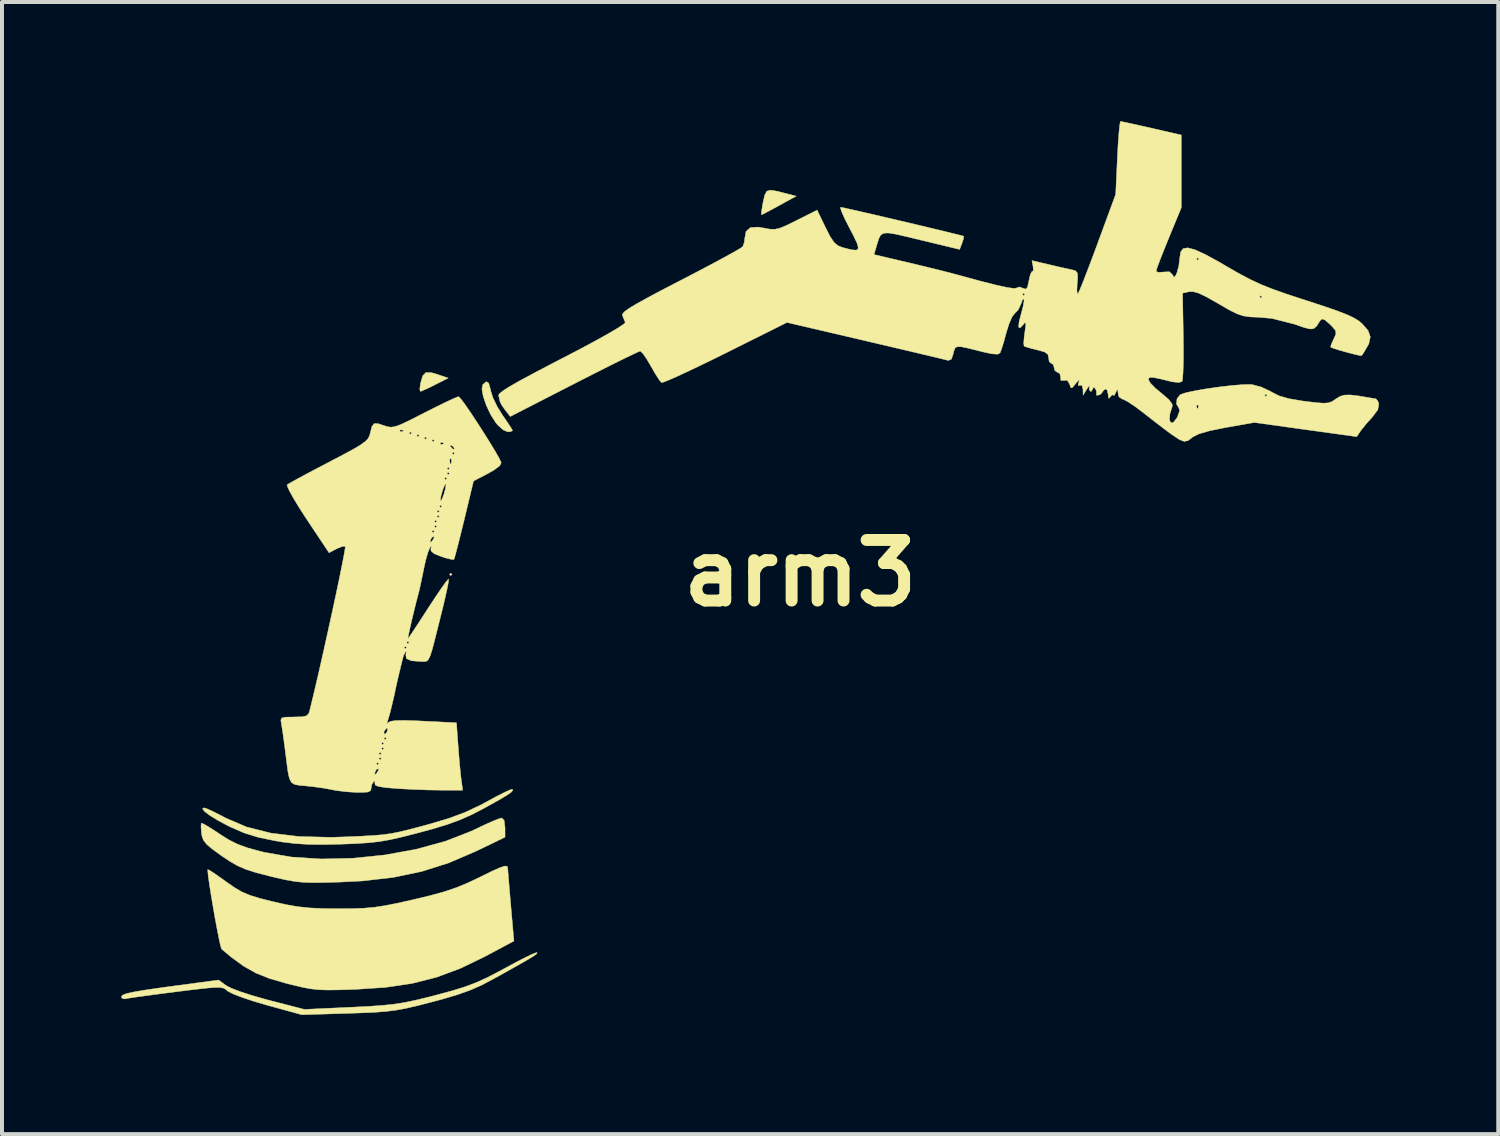
<source format=kicad_pcb>
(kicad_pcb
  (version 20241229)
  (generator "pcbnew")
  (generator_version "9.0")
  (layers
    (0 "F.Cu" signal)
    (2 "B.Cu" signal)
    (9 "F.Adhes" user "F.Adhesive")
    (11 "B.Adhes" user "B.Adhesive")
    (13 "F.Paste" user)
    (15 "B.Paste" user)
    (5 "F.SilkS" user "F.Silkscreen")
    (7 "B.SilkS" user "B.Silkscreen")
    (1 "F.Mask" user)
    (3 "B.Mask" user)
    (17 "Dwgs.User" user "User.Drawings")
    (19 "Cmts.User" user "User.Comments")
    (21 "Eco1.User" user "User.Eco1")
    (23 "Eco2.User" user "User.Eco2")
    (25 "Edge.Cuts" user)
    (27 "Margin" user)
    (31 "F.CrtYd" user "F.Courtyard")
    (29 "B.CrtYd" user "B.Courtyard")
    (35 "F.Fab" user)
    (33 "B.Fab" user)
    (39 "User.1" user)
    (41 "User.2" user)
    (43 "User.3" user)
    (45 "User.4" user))
  (footprint "arm3"
    (layer "F.Cu")
    (at 17.087 11.372)
    (property "Reference" "arm3" (at 0 0 0) (layer "F.SilkS") (effects (font (size 1.524 1.524) (thickness 0.3))))
    (attr through_hole)
    (fp_poly (pts (xy -8.763 0.032) (xy -8.795 0.064) (xy -8.826 0.032) (xy -8.795 0) (xy -8.763 0.032)) (stroke (width 0.01) (type solid)) (fill yes) (layer "F.SilkS"))
    (fp_poly (pts (xy -9.28 -5.045) (xy -9.134 -5.002) (xy -8.858 -4.909) (xy -9.19 -4.741) (xy -9.374 -4.65) (xy -9.51 -4.589) (xy -9.56 -4.572) (xy -9.574 -4.626) (xy -9.559 -4.758) (xy -9.555 -4.778) (xy -9.501 -4.965) (xy -9.42 -5.048) (xy -9.28 -5.045)) (stroke (width 0.01) (type solid)) (fill yes) (layer "F.SilkS"))
    (fp_poly (pts (xy -0.584 -9.611) (xy -0.416 -9.568) (xy -0.102 -9.487) (xy -0.53 -9.252) (xy -0.735 -9.14) (xy -0.892 -9.058) (xy -0.973 -9.018) (xy -0.977 -9.017) (xy -0.978 -9.073) (xy -0.957 -9.216) (xy -0.935 -9.335) (xy -0.895 -9.513) (xy -0.843 -9.61) (xy -0.75 -9.638) (xy -0.584 -9.611)) (stroke (width 0.01) (type solid)) (fill yes) (layer "F.SilkS"))
    (fp_poly (pts (xy -7.84 -4.781) (xy -7.795 -4.626) (xy -7.788 -4.584) (xy -7.731 -4.406) (xy -7.62 -4.18) (xy -7.494 -3.978) (xy -7.368 -3.794) (xy -7.276 -3.654) (xy -7.239 -3.586) (xy -7.239 -3.585) (xy -7.292 -3.561) (xy -7.363 -3.556) (xy -7.475 -3.604) (xy -7.61 -3.724) (xy -7.66 -3.783) (xy -7.791 -3.99) (xy -7.901 -4.223) (xy -7.978 -4.449) (xy -8.011 -4.635) (xy -7.989 -4.746) (xy -7.901 -4.818) (xy -7.84 -4.781)) (stroke (width 0.01) (type solid)) (fill yes) (layer "F.SilkS"))
    (fp_poly (pts (xy -7.452 6.219) (xy -7.43 6.394) (xy -7.429 6.402) (xy -7.429 6.644) (xy -8.177 7.005) (xy -8.85 7.293) (xy -9.53 7.508) (xy -10.245 7.657) (xy -11.028 7.746) (xy -11.585 7.774) (xy -11.979 7.785) (xy -12.279 7.788) (xy -12.519 7.779) (xy -12.734 7.756) (xy -12.956 7.716) (xy -13.218 7.657) (xy -13.344 7.626) (xy -13.686 7.538) (xy -13.942 7.457) (xy -14.152 7.367) (xy -14.355 7.251) (xy -14.561 7.113) (xy -14.791 6.946) (xy -14.937 6.823) (xy -15.018 6.72) (xy -15.056 6.611) (xy -15.066 6.549) (xy -15.079 6.391) (xy -15.075 6.298) (xy -15.072 6.291) (xy -15.013 6.312) (xy -14.876 6.391) (xy -14.687 6.512) (xy -14.617 6.56) (xy -14.383 6.708) (xy -14.16 6.82) (xy -13.904 6.913) (xy -13.575 7.003) (xy -13.49 7.024) (xy -12.806 7.143) (xy -12.05 7.192) (xy -11.253 7.173) (xy -10.446 7.09) (xy -9.659 6.946) (xy -8.924 6.744) (xy -8.271 6.489) (xy -8.196 6.453) (xy -7.94 6.331) (xy -7.721 6.234) (xy -7.568 6.174) (xy -7.513 6.16) (xy -7.452 6.219)) (stroke (width 0.01) (type solid)) (fill yes) (layer "F.SilkS"))
    (fp_poly (pts (xy -7.237 5.469) (xy -7.282 5.519) (xy -7.393 5.595) (xy -7.585 5.709) (xy -7.87 5.868) (xy -7.969 5.922) (xy -8.274 6.08) (xy -8.566 6.209) (xy -8.882 6.324) (xy -9.26 6.439) (xy -9.588 6.528) (xy -9.988 6.631) (xy -10.307 6.704) (xy -10.586 6.754) (xy -10.868 6.785) (xy -11.193 6.806) (xy -11.557 6.82) (xy -12.017 6.83) (xy -12.39 6.825) (xy -12.716 6.804) (xy -13.035 6.765) (xy -13.209 6.736) (xy -13.637 6.648) (xy -13.997 6.536) (xy -14.346 6.384) (xy -14.387 6.364) (xy -14.655 6.221) (xy -14.863 6.093) (xy -14.996 5.991) (xy -15.041 5.925) (xy -14.999 5.905) (xy -14.916 5.934) (xy -14.752 6.01) (xy -14.537 6.119) (xy -14.453 6.164) (xy -13.932 6.387) (xy -13.321 6.541) (xy -12.613 6.627) (xy -11.803 6.647) (xy -11.462 6.636) (xy -11.061 6.619) (xy -10.755 6.602) (xy -10.511 6.582) (xy -10.298 6.553) (xy -10.082 6.51) (xy -9.831 6.449) (xy -9.514 6.365) (xy -9.324 6.313) (xy -8.839 6.169) (xy -8.43 6.017) (xy -8.048 5.837) (xy -7.884 5.749) (xy -7.635 5.614) (xy -7.43 5.51) (xy -7.291 5.448) (xy -7.243 5.436) (xy -7.237 5.469)) (stroke (width 0.01) (type solid)) (fill yes) (layer "F.SilkS"))
    (fp_poly (pts (xy -7.378 7.375) (xy -7.361 7.413) (xy -7.354 7.515) (xy -7.338 7.717) (xy -7.315 7.991) (xy -7.288 8.311) (xy -7.281 8.391) (xy -7.205 9.257) (xy -7.936 9.647) (xy -8.551 9.945) (xy -9.151 10.168) (xy -9.77 10.325) (xy -10.441 10.424) (xy -11.2 10.474) (xy -11.586 10.486) (xy -11.879 10.49) (xy -12.112 10.483) (xy -12.317 10.46) (xy -12.529 10.421) (xy -12.779 10.361) (xy -12.946 10.319) (xy -13.358 10.199) (xy -13.698 10.063) (xy -14.007 9.889) (xy -14.329 9.653) (xy -14.56 9.461) (xy -14.584 9.39) (xy -14.622 9.221) (xy -14.67 8.98) (xy -14.724 8.693) (xy -14.777 8.386) (xy -14.828 8.086) (xy -14.87 7.817) (xy -14.899 7.607) (xy -14.91 7.481) (xy -14.908 7.457) (xy -14.853 7.484) (xy -14.72 7.571) (xy -14.534 7.702) (xy -14.447 7.765) (xy -14.235 7.913) (xy -14.049 8.021) (xy -13.85 8.105) (xy -13.602 8.182) (xy -13.272 8.265) (xy -12.931 8.342) (xy -12.637 8.393) (xy -12.345 8.424) (xy -12.009 8.439) (xy -11.642 8.443) (xy -11.278 8.441) (xy -10.983 8.431) (xy -10.718 8.407) (xy -10.443 8.365) (xy -10.12 8.301) (xy -9.737 8.215) (xy -9.296 8.109) (xy -8.943 8.011) (xy -8.641 7.908) (xy -8.351 7.787) (xy -8.049 7.643) (xy -7.756 7.499) (xy -7.559 7.411) (xy -7.438 7.371) (xy -7.378 7.375)) (stroke (width 0.01) (type solid)) (fill yes) (layer "F.SilkS"))
    (fp_poly (pts (xy -6.625 9.546) (xy -6.623 9.564) (xy -6.652 9.594) (xy -6.726 9.645) (xy -6.858 9.725) (xy -7.062 9.842) (xy -7.35 10.004) (xy -7.731 10.216) (xy -8.022 10.368) (xy -8.308 10.494) (xy -8.625 10.607) (xy -9.01 10.721) (xy -9.277 10.792) (xy -9.634 10.884) (xy -9.923 10.951) (xy -10.179 10.998) (xy -10.435 11.03) (xy -10.727 11.052) (xy -11.087 11.067) (xy -11.388 11.077) (xy -12.541 11.112) (xy -13.408 10.874) (xy -13.742 10.776) (xy -14.035 10.679) (xy -14.262 10.592) (xy -14.397 10.524) (xy -14.411 10.513) (xy -14.462 10.47) (xy -14.518 10.441) (xy -14.598 10.426) (xy -14.721 10.425) (xy -14.906 10.439) (xy -15.17 10.468) (xy -15.533 10.512) (xy -15.735 10.537) (xy -16.113 10.586) (xy -16.45 10.631) (xy -16.725 10.669) (xy -16.916 10.698) (xy -17.002 10.715) (xy -17.002 10.715) (xy -17.072 10.694) (xy -17.081 10.655) (xy -17.052 10.618) (xy -16.956 10.58) (xy -16.779 10.54) (xy -16.51 10.494) (xy -16.135 10.439) (xy -15.859 10.401) (xy -14.637 10.238) (xy -14.446 10.377) (xy -14.312 10.446) (xy -14.081 10.534) (xy -13.78 10.631) (xy -13.436 10.729) (xy -13.367 10.747) (xy -12.478 10.977) (xy -11.303 10.923) (xy -10.861 10.901) (xy -10.511 10.876) (xy -10.217 10.845) (xy -9.944 10.802) (xy -9.657 10.741) (xy -9.321 10.659) (xy -9.169 10.619) (xy -8.757 10.508) (xy -8.429 10.406) (xy -8.144 10.298) (xy -7.862 10.169) (xy -7.541 10.001) (xy -7.433 9.942) (xy -7.151 9.79) (xy -6.91 9.667) (xy -6.731 9.582) (xy -6.635 9.546) (xy -6.625 9.546)) (stroke (width 0.01) (type solid)) (fill yes) (layer "F.SilkS"))
    (fp_poly (pts (xy -8.547 -4.393) (xy -8.445 -4.257) (xy -8.306 -4.057) (xy -8.146 -3.815) (xy -7.978 -3.555) (xy -7.817 -3.298) (xy -7.677 -3.068) (xy -7.574 -2.886) (xy -7.524 -2.783) (xy -7.56 -2.704) (xy -7.706 -2.594) (xy -7.857 -2.508) (xy -8.222 -2.318) (xy -8.456 -1.343) (xy -8.538 -1.01) (xy -8.61 -0.722) (xy -8.668 -0.502) (xy -8.705 -0.37) (xy -8.716 -0.343) (xy -8.785 -0.347) (xy -8.934 -0.385) (xy -9.034 -0.418) (xy -9.216 -0.492) (xy -9.293 -0.562) (xy -9.294 -0.624) (xy -9.278 -0.692) (xy -9.315 -0.647) (xy -9.323 -0.635) (xy -9.369 -0.522) (xy -9.423 -0.333) (xy -9.456 -0.191) (xy -9.517 0.107) (xy -9.56 0.309) (xy -9.591 0.447) (xy -9.618 0.551) (xy -9.619 0.556) (xy -9.668 0.742) (xy -9.724 0.969) (xy -9.781 1.206) (xy -9.829 1.419) (xy -9.863 1.578) (xy -9.875 1.65) (xy -9.874 1.651) (xy -9.836 1.601) (xy -9.743 1.462) (xy -9.606 1.255) (xy -9.438 0.997) (xy -9.367 0.886) (xy -9.19 0.616) (xy -9.038 0.391) (xy -8.923 0.231) (xy -8.857 0.152) (xy -8.848 0.148) (xy -8.852 0.216) (xy -8.884 0.383) (xy -8.937 0.625) (xy -9.007 0.918) (xy -9.018 0.961) (xy -9.124 1.386) (xy -9.204 1.704) (xy -9.264 1.93) (xy -9.312 2.08) (xy -9.354 2.168) (xy -9.396 2.212) (xy -9.445 2.225) (xy -9.507 2.224) (xy -9.554 2.223) (xy -9.791 2.204) (xy -9.912 2.148) (xy -9.926 2.05) (xy -9.924 2.043) (xy -9.911 1.973) (xy -9.93 1.976) (xy -9.98 2.065) (xy -10.001 2.135) (xy -10.034 2.273) (xy -10.08 2.464) (xy -10.091 2.508) (xy -10.14 2.715) (xy -10.18 2.896) (xy -10.185 2.921) (xy -10.225 3.109) (xy -10.252 3.223) (xy -10.292 3.389) (xy -10.313 3.477) (xy -10.357 3.633) (xy -10.383 3.715) (xy -10.4 3.791) (xy -10.368 3.762) (xy -10.311 3.728) (xy -10.189 3.71) (xy -9.983 3.705) (xy -9.676 3.714) (xy -9.481 3.723) (xy -8.651 3.765) (xy -8.609 4.343) (xy -8.586 4.64) (xy -8.561 4.922) (xy -8.538 5.142) (xy -8.531 5.191) (xy -8.495 5.461) (xy -9.032 5.461) (xy -9.364 5.456) (xy -9.747 5.442) (xy -10.106 5.423) (xy -10.153 5.42) (xy -10.435 5.396) (xy -10.608 5.369) (xy -10.692 5.336) (xy -10.705 5.292) (xy -10.704 5.289) (xy -10.705 5.232) (xy -10.732 5.239) (xy -10.785 5.328) (xy -10.795 5.401) (xy -10.81 5.471) (xy -10.874 5.507) (xy -11.017 5.518) (xy -11.16 5.517) (xy -11.418 5.502) (xy -11.67 5.471) (xy -11.779 5.45) (xy -11.986 5.411) (xy -12.251 5.374) (xy -12.431 5.355) (xy -12.604 5.34) (xy -12.724 5.317) (xy -12.804 5.266) (xy -12.855 5.166) (xy -12.876 5.072) (xy -10.715 5.072) (xy -10.668 5.042) (xy -10.66 5.033) (xy -10.61 4.95) (xy -10.617 4.92) (xy -10.664 4.939) (xy -10.696 4.998) (xy -10.715 5.072) (xy -12.876 5.072) (xy -12.892 4.995) (xy -12.919 4.794) (xy -10.668 4.794) (xy -10.636 4.826) (xy -10.604 4.794) (xy -10.636 4.763) (xy -10.668 4.794) (xy -12.919 4.794) (xy -12.927 4.733) (xy -12.935 4.667) (xy -10.604 4.667) (xy -10.573 4.699) (xy -10.541 4.667) (xy -10.573 4.636) (xy -10.604 4.667) (xy -12.935 4.667) (xy -12.951 4.54) (xy -10.604 4.54) (xy -10.573 4.572) (xy -10.541 4.54) (xy -10.573 4.508) (xy -10.604 4.54) (xy -12.951 4.54) (xy -12.955 4.508) (xy -12.967 4.413) (xy -10.541 4.413) (xy -10.509 4.445) (xy -10.477 4.413) (xy -10.509 4.381) (xy -10.541 4.413) (xy -12.967 4.413) (xy -12.983 4.286) (xy -10.541 4.286) (xy -10.509 4.318) (xy -10.477 4.286) (xy -10.509 4.255) (xy -10.541 4.286) (xy -12.983 4.286) (xy -12.99 4.237) (xy -13.001 4.159) (xy -10.477 4.159) (xy -10.446 4.191) (xy -10.414 4.159) (xy -10.446 4.128) (xy -10.477 4.159) (xy -13.001 4.159) (xy -13.022 4.004) (xy -10.477 4.004) (xy -10.457 4.062) (xy -10.41 4.012) (xy -10.39 3.965) (xy -10.385 3.9) (xy -10.415 3.906) (xy -10.475 3.987) (xy -10.477 4.004) (xy -13.022 4.004) (xy -13.024 3.994) (xy -13.051 3.823) (xy -13.056 3.794) (xy -13.071 3.695) (xy -13.044 3.643) (xy -12.948 3.623) (xy -12.755 3.62) (xy -12.738 3.619) (xy -12.533 3.614) (xy -12.421 3.588) (xy -12.367 3.53) (xy -12.348 3.471) (xy -12.269 3.148) (xy -12.178 2.766) (xy -12.08 2.339) (xy -11.978 1.886) (xy -11.975 1.873) (xy -9.97 1.873) (xy -9.938 1.905) (xy -9.906 1.873) (xy -9.938 1.841) (xy -9.97 1.873) (xy -11.975 1.873) (xy -11.947 1.746) (xy -9.906 1.746) (xy -9.874 1.778) (xy -9.842 1.746) (xy -9.874 1.714) (xy -9.906 1.746) (xy -11.947 1.746) (xy -11.876 1.424) (xy -11.776 0.968) (xy -11.683 0.536) (xy -11.601 0.145) (xy -11.533 -0.188) (xy -11.483 -0.448) (xy -11.454 -0.616) (xy -11.449 -0.676) (xy -11.521 -0.672) (xy -11.654 -0.619) (xy -11.67 -0.611) (xy -11.858 -0.513) (xy -12.029 -0.77) (xy -9.318 -0.77) (xy -9.271 -0.8) (xy -9.263 -0.809) (xy -9.213 -0.892) (xy -9.22 -0.922) (xy -9.267 -0.903) (xy -9.299 -0.844) (xy -9.318 -0.77) (xy -12.029 -0.77) (xy -12.214 -1.048) (xy -9.271 -1.048) (xy -9.239 -1.016) (xy -9.207 -1.048) (xy -9.239 -1.079) (xy -9.271 -1.048) (xy -12.214 -1.048) (xy -12.299 -1.175) (xy -9.207 -1.175) (xy -9.176 -1.143) (xy -9.144 -1.175) (xy -9.176 -1.206) (xy -9.207 -1.175) (xy -12.299 -1.175) (xy -12.383 -1.302) (xy -9.207 -1.302) (xy -9.176 -1.27) (xy -9.144 -1.302) (xy -9.176 -1.333) (xy -9.207 -1.302) (xy -12.383 -1.302) (xy -12.411 -1.344) (xy -12.467 -1.429) (xy -9.144 -1.429) (xy -9.112 -1.397) (xy -9.081 -1.429) (xy -9.112 -1.46) (xy -9.144 -1.429) (xy -12.467 -1.429) (xy -12.549 -1.556) (xy -9.144 -1.556) (xy -9.112 -1.524) (xy -9.081 -1.556) (xy -9.112 -1.587) (xy -9.144 -1.556) (xy -12.549 -1.556) (xy -12.597 -1.63) (xy -12.629 -1.683) (xy -9.081 -1.683) (xy -9.049 -1.651) (xy -9.017 -1.683) (xy -9.049 -1.714) (xy -9.081 -1.683) (xy -12.629 -1.683) (xy -12.716 -1.825) (xy -9.057 -1.825) (xy -9.034 -1.829) (xy -9.026 -1.841) (xy -8.972 -1.972) (xy -8.929 -2.127) (xy -8.913 -2.239) (xy -8.936 -2.235) (xy -8.944 -2.223) (xy -8.998 -2.092) (xy -9.041 -1.937) (xy -9.057 -1.825) (xy -12.716 -1.825) (xy -12.749 -1.88) (xy -12.857 -2.074) (xy -12.91 -2.195) (xy -12.912 -2.224) (xy -12.84 -2.268) (xy -12.676 -2.36) (xy -12.637 -2.381) (xy -8.954 -2.381) (xy -8.922 -2.349) (xy -8.89 -2.381) (xy -8.922 -2.413) (xy -8.954 -2.381) (xy -12.637 -2.381) (xy -12.436 -2.489) (xy -12.401 -2.508) (xy -8.89 -2.508) (xy -8.858 -2.477) (xy -8.826 -2.508) (xy -8.858 -2.54) (xy -8.89 -2.508) (xy -12.401 -2.508) (xy -12.161 -2.635) (xy -8.89 -2.635) (xy -8.858 -2.603) (xy -8.826 -2.635) (xy -8.858 -2.667) (xy -8.89 -2.635) (xy -12.161 -2.635) (xy -12.142 -2.645) (xy -11.863 -2.791) (xy -11.787 -2.831) (xy -8.821 -2.831) (xy -8.81 -2.749) (xy -8.788 -2.748) (xy -8.773 -2.833) (xy -8.783 -2.869) (xy -8.811 -2.893) (xy -8.821 -2.831) (xy -11.787 -2.831) (xy -11.503 -2.98) (xy -11.436 -3.016) (xy -8.763 -3.016) (xy -8.731 -2.985) (xy -8.7 -3.016) (xy -8.731 -3.048) (xy -8.763 -3.016) (xy -11.436 -3.016) (xy -11.24 -3.123) (xy -11.076 -3.22) (xy -8.816 -3.22) (xy -8.801 -3.185) (xy -8.737 -3.117) (xy -8.7 -3.131) (xy -8.7 -3.14) (xy -8.745 -3.193) (xy -8.773 -3.213) (xy -8.816 -3.22) (xy -11.076 -3.22) (xy -11.058 -3.231) (xy -10.99 -3.281) (xy -9.059 -3.281) (xy -9.051 -3.243) (xy -9.017 -3.239) (xy -8.965 -3.262) (xy -8.975 -3.281) (xy -9.05 -3.288) (xy -9.059 -3.281) (xy -10.99 -3.281) (xy -10.941 -3.316) (xy -10.925 -3.334) (xy -9.271 -3.334) (xy -9.239 -3.302) (xy -9.207 -3.334) (xy -9.239 -3.365) (xy -9.271 -3.334) (xy -10.925 -3.334) (xy -10.873 -3.389) (xy -10.869 -3.397) (xy -9.461 -3.397) (xy -9.43 -3.365) (xy -9.398 -3.397) (xy -9.43 -3.429) (xy -9.461 -3.397) (xy -10.869 -3.397) (xy -10.837 -3.461) (xy -9.652 -3.461) (xy -9.62 -3.429) (xy -9.588 -3.461) (xy -9.62 -3.493) (xy -9.652 -3.461) (xy -10.837 -3.461) (xy -10.837 -3.462) (xy -10.824 -3.512) (xy -10.82 -3.524) (xy -9.842 -3.524) (xy -9.811 -3.493) (xy -9.779 -3.524) (xy -9.811 -3.556) (xy -9.842 -3.524) (xy -10.82 -3.524) (xy -10.802 -3.598) (xy -10.075 -3.598) (xy -10.067 -3.561) (xy -10.033 -3.556) (xy -9.981 -3.579) (xy -9.991 -3.598) (xy -10.066 -3.606) (xy -10.075 -3.598) (xy -10.802 -3.598) (xy -10.779 -3.69) (xy -10.721 -3.765) (xy -10.614 -3.76) (xy -10.485 -3.717) (xy -10.385 -3.685) (xy -10.296 -3.673) (xy -10.195 -3.688) (xy -10.058 -3.738) (xy -9.864 -3.828) (xy -9.588 -3.968) (xy -9.455 -4.036) (xy -9.164 -4.183) (xy -8.912 -4.306) (xy -8.72 -4.395) (xy -8.611 -4.44) (xy -8.598 -4.443) (xy -8.547 -4.393)) (stroke (width 0.01) (type solid)) (fill yes) (layer "F.SilkS"))
    (fp_poly (pts (xy 8.132 -11.353) (xy 8.303 -11.317) (xy 8.547 -11.263) (xy 8.839 -11.197) (xy 8.842 -11.196) (xy 9.588 -11.025) (xy 9.588 -9.196) (xy 9.271 -8.427) (xy 9.153 -8.136) (xy 9.054 -7.886) (xy 8.985 -7.701) (xy 8.954 -7.605) (xy 8.954 -7.599) (xy 9.007 -7.569) (xy 9.136 -7.577) (xy 9.138 -7.578) (xy 9.288 -7.584) (xy 9.363 -7.516) (xy 9.367 -7.506) (xy 9.405 -7.445) (xy 9.447 -7.489) (xy 9.477 -7.556) (xy 9.526 -7.734) (xy 9.546 -7.906) (xy 9.97 -7.906) (xy 10.001 -7.874) (xy 10.033 -7.906) (xy 10.001 -7.938) (xy 9.97 -7.906) (xy 9.546 -7.906) (xy 9.55 -7.938) (xy 9.572 -8.083) (xy 9.635 -8.167) (xy 9.751 -8.186) (xy 9.93 -8.139) (xy 10.185 -8.023) (xy 10.526 -7.837) (xy 10.723 -7.722) (xy 11.036 -7.542) (xy 11.311 -7.396) (xy 11.578 -7.271) (xy 11.869 -7.154) (xy 12.214 -7.031) (xy 12.645 -6.889) (xy 12.733 -6.861) (xy 13.169 -6.719) (xy 13.501 -6.604) (xy 13.747 -6.509) (xy 13.924 -6.427) (xy 14.052 -6.349) (xy 14.141 -6.274) (xy 14.289 -6.103) (xy 14.344 -5.945) (xy 14.306 -5.769) (xy 14.176 -5.545) (xy 14.125 -5.473) (xy 14.064 -5.48) (xy 13.921 -5.513) (xy 13.738 -5.561) (xy 13.554 -5.613) (xy 13.41 -5.659) (xy 13.346 -5.685) (xy 13.358 -5.747) (xy 13.414 -5.874) (xy 13.423 -5.891) (xy 13.478 -6.015) (xy 13.47 -6.103) (xy 13.386 -6.204) (xy 13.328 -6.262) (xy 13.201 -6.372) (xy 13.127 -6.396) (xy 13.078 -6.35) (xy 12.999 -6.224) (xy 12.927 -6.156) (xy 12.832 -6.143) (xy 12.68 -6.18) (xy 12.442 -6.263) (xy 11.871 -6.409) (xy 11.525 -6.439) (xy 11.314 -6.448) (xy 11.147 -6.473) (xy 10.987 -6.527) (xy 10.797 -6.622) (xy 10.539 -6.771) (xy 10.517 -6.784) (xy 10.232 -6.946) (xy 10.218 -6.953) (xy 11.557 -6.953) (xy 11.589 -6.921) (xy 11.62 -6.953) (xy 11.589 -6.985) (xy 11.557 -6.953) (xy 10.218 -6.953) (xy 10.028 -7.044) (xy 9.883 -7.085) (xy 9.787 -7.082) (xy 9.62 -7.046) (xy 9.639 -5.958) (xy 9.642 -5.597) (xy 9.64 -5.281) (xy 9.631 -5.031) (xy 9.618 -4.869) (xy 9.605 -4.818) (xy 9.514 -4.797) (xy 9.359 -4.815) (xy 9.333 -4.821) (xy 9.065 -4.887) (xy 8.897 -4.922) (xy 8.806 -4.927) (xy 8.769 -4.904) (xy 8.763 -4.866) (xy 8.81 -4.783) (xy 8.934 -4.656) (xy 9.082 -4.533) (xy 9.274 -4.369) (xy 9.359 -4.251) (xy 9.359 -4.193) (xy 9.3 -4.002) (xy 9.291 -3.859) (xy 9.324 -3.783) (xy 9.39 -3.793) (xy 9.478 -3.908) (xy 9.49 -3.931) (xy 9.546 -4.084) (xy 9.525 -4.159) (xy 9.506 -4.191) (xy 9.97 -4.191) (xy 9.993 -4.139) (xy 10.012 -4.149) (xy 10.019 -4.224) (xy 10.012 -4.233) (xy 9.974 -4.225) (xy 9.97 -4.191) (xy 9.506 -4.191) (xy 9.465 -4.258) (xy 9.481 -4.39) (xy 9.551 -4.477) (xy 11.684 -4.477) (xy 11.716 -4.445) (xy 11.748 -4.477) (xy 11.716 -4.508) (xy 11.684 -4.477) (xy 9.551 -4.477) (xy 9.564 -4.493) (xy 9.573 -4.497) (xy 9.71 -4.542) (xy 9.941 -4.591) (xy 10.232 -4.641) (xy 10.549 -4.686) (xy 10.86 -4.722) (xy 11.13 -4.744) (xy 11.326 -4.748) (xy 11.37 -4.745) (xy 11.597 -4.684) (xy 11.825 -4.579) (xy 11.863 -4.556) (xy 12.046 -4.463) (xy 12.293 -4.391) (xy 12.631 -4.334) (xy 12.696 -4.325) (xy 12.978 -4.291) (xy 13.164 -4.277) (xy 13.288 -4.285) (xy 13.379 -4.317) (xy 13.469 -4.377) (xy 13.476 -4.382) (xy 13.58 -4.447) (xy 13.691 -4.481) (xy 13.839 -4.485) (xy 14.055 -4.459) (xy 14.319 -4.414) (xy 14.442 -4.393) (xy 14.486 -4.386) (xy 14.533 -4.329) (xy 14.559 -4.257) (xy 14.533 -4.111) (xy 14.392 -3.924) (xy 14.245 -3.761) (xy 14.123 -3.61) (xy 14.097 -3.575) (xy 14.002 -3.434) (xy 12.713 -3.612) (xy 11.425 -3.791) (xy 10.713 -3.665) (xy 10.314 -3.585) (xy 10.034 -3.505) (xy 9.877 -3.427) (xy 9.87 -3.421) (xy 9.761 -3.336) (xy 9.664 -3.314) (xy 9.543 -3.359) (xy 9.363 -3.478) (xy 9.328 -3.503) (xy 9.14 -3.643) (xy 8.901 -3.826) (xy 8.658 -4.016) (xy 8.624 -4.043) (xy 8.418 -4.198) (xy 8.241 -4.315) (xy 8.122 -4.377) (xy 8.1 -4.381) (xy 8.018 -4.436) (xy 7.997 -4.524) (xy 7.989 -4.623) (xy 7.964 -4.6) (xy 7.938 -4.54) (xy 7.894 -4.466) (xy 7.877 -4.477) (xy 7.847 -4.488) (xy 7.811 -4.445) (xy 7.764 -4.395) (xy 7.749 -4.458) (xy 7.748 -4.493) (xy 7.723 -4.604) (xy 7.684 -4.636) (xy 7.622 -4.592) (xy 7.62 -4.579) (xy 7.569 -4.51) (xy 7.521 -4.484) (xy 7.453 -4.475) (xy 7.454 -4.496) (xy 7.451 -4.586) (xy 7.426 -4.639) (xy 7.378 -4.689) (xy 7.367 -4.651) (xy 7.327 -4.578) (xy 7.304 -4.572) (xy 7.269 -4.621) (xy 7.277 -4.683) (xy 7.274 -4.716) (xy 7.223 -4.65) (xy 7.214 -4.636) (xy 7.117 -4.477) (xy 7.114 -4.623) (xy 7.089 -4.726) (xy 7.038 -4.724) (xy 6.991 -4.722) (xy 7.007 -4.8) (xy 7.021 -4.863) (xy 6.978 -4.827) (xy 6.932 -4.77) (xy 6.847 -4.669) (xy 6.808 -4.665) (xy 6.778 -4.754) (xy 6.778 -4.755) (xy 6.718 -4.853) (xy 6.637 -4.849) (xy 6.557 -4.846) (xy 6.552 -4.927) (xy 6.529 -5.028) (xy 6.477 -5.048) (xy 6.401 -5.102) (xy 6.391 -5.161) (xy 6.362 -5.254) (xy 6.322 -5.271) (xy 6.263 -5.324) (xy 6.25 -5.412) (xy 6.232 -5.504) (xy 6.151 -5.564) (xy 5.976 -5.614) (xy 5.958 -5.618) (xy 5.778 -5.663) (xy 5.657 -5.701) (xy 5.631 -5.715) (xy 5.623 -5.791) (xy 5.635 -5.949) (xy 5.65 -6.06) (xy 5.674 -6.238) (xy 5.671 -6.308) (xy 5.638 -6.288) (xy 5.612 -6.255) (xy 5.529 -6.168) (xy 5.494 -6.194) (xy 5.507 -6.328) (xy 5.561 -6.536) (xy 5.61 -6.726) (xy 5.632 -6.862) (xy 5.627 -6.904) (xy 5.59 -6.876) (xy 5.552 -6.769) (xy 5.483 -6.622) (xy 5.404 -6.544) (xy 5.332 -6.453) (xy 5.252 -6.269) (xy 5.184 -6.05) (xy 5.122 -5.822) (xy 5.065 -5.64) (xy 5.027 -5.541) (xy 5.026 -5.539) (xy 4.962 -5.509) (xy 4.818 -5.519) (xy 4.578 -5.571) (xy 4.506 -5.59) (xy 4.228 -5.66) (xy 4.049 -5.697) (xy 3.944 -5.697) (xy 3.89 -5.657) (xy 3.862 -5.575) (xy 3.85 -5.52) (xy 3.804 -5.384) (xy 3.728 -5.352) (xy 3.7 -5.358) (xy 3.612 -5.38) (xy 3.417 -5.428) (xy 3.129 -5.496) (xy 2.766 -5.582) (xy 2.342 -5.682) (xy 1.873 -5.792) (xy 1.626 -5.85) (xy -0.335 -6.308) (xy -1.885 -5.534) (xy -2.295 -5.332) (xy -2.668 -5.152) (xy -2.989 -5.001) (xy -3.243 -4.886) (xy -3.416 -4.815) (xy -3.492 -4.794) (xy -3.493 -4.794) (xy -3.55 -4.864) (xy -3.646 -5.014) (xy -3.758 -5.209) (xy -3.871 -5.399) (xy -3.967 -5.535) (xy -4.025 -5.588) (xy -4.026 -5.588) (xy -4.096 -5.56) (xy -4.263 -5.481) (xy -4.514 -5.359) (xy -4.833 -5.2) (xy -5.206 -5.012) (xy -5.617 -4.803) (xy -5.691 -4.765) (xy -7.297 -3.941) (xy -7.427 -4.107) (xy -7.516 -4.234) (xy -7.556 -4.318) (xy -7.557 -4.321) (xy -7.577 -4.42) (xy -7.593 -4.466) (xy -7.575 -4.51) (xy -7.492 -4.58) (xy -7.334 -4.683) (xy -7.093 -4.822) (xy -6.76 -5.002) (xy -6.327 -5.23) (xy -6.001 -5.399) (xy -5.543 -5.637) (xy -5.148 -5.849) (xy -4.826 -6.028) (xy -4.588 -6.169) (xy -4.444 -6.265) (xy -4.403 -6.309) (xy -4.453 -6.431) (xy -4.475 -6.486) (xy -4.469 -6.528) (xy -4.414 -6.587) (xy -4.3 -6.668) (xy -4.115 -6.779) (xy -3.85 -6.926) (xy -3.68 -7.017) (xy 5.588 -7.017) (xy 5.62 -6.985) (xy 5.652 -7.017) (xy 5.62 -7.048) (xy 5.588 -7.017) (xy -3.68 -7.017) (xy -3.493 -7.116) (xy -3.033 -7.355) (xy -3.005 -7.369) (xy -2.601 -7.579) (xy -2.235 -7.772) (xy -1.921 -7.941) (xy -1.674 -8.077) (xy -1.511 -8.172) (xy -1.446 -8.217) (xy -1.406 -8.335) (xy -1.398 -8.417) (xy -1.364 -8.6) (xy -1.257 -8.695) (xy -1.063 -8.708) (xy -0.921 -8.685) (xy -0.764 -8.656) (xy -0.637 -8.653) (xy -0.505 -8.684) (xy -0.331 -8.758) (xy -0.09 -8.877) (xy 0.424 -9.135) (xy 0.637 -8.695) (xy 0.756 -8.463) (xy 0.852 -8.321) (xy 0.949 -8.24) (xy 1.073 -8.192) (xy 1.076 -8.191) (xy 1.289 -8.137) (xy 1.416 -8.127) (xy 1.462 -8.175) (xy 1.432 -8.297) (xy 1.332 -8.507) (xy 1.247 -8.668) (xy 1.13 -8.897) (xy 1.048 -9.078) (xy 1.011 -9.187) (xy 1.015 -9.207) (xy 1.089 -9.194) (xy 1.264 -9.155) (xy 1.521 -9.097) (xy 1.839 -9.024) (xy 2.197 -8.94) (xy 2.574 -8.852) (xy 2.951 -8.763) (xy 3.308 -8.678) (xy 3.622 -8.602) (xy 3.875 -8.54) (xy 4.046 -8.497) (xy 4.113 -8.478) (xy 4.113 -8.478) (xy 4.107 -8.415) (xy 4.071 -8.304) (xy 4.01 -8.146) (xy 3.037 -8.38) (xy 2.665 -8.47) (xy 2.397 -8.531) (xy 2.214 -8.56) (xy 2.096 -8.553) (xy 2.023 -8.506) (xy 1.976 -8.417) (xy 1.934 -8.282) (xy 1.905 -8.184) (xy 1.855 -8.017) (xy 2.721 -7.814) (xy 3.084 -7.727) (xy 3.448 -7.638) (xy 3.772 -7.556) (xy 4.015 -7.491) (xy 4.032 -7.486) (xy 4.539 -7.348) (xy 4.93 -7.249) (xy 5.209 -7.188) (xy 5.381 -7.164) (xy 5.449 -7.177) (xy 5.45 -7.179) (xy 5.515 -7.202) (xy 5.592 -7.173) (xy 5.671 -7.147) (xy 5.717 -7.193) (xy 5.75 -7.339) (xy 5.754 -7.363) (xy 5.789 -7.514) (xy 5.828 -7.588) (xy 5.841 -7.589) (xy 5.866 -7.619) (xy 5.858 -7.713) (xy 5.829 -7.866) (xy 6.232 -7.771) (xy 6.475 -7.714) (xy 6.694 -7.665) (xy 6.818 -7.639) (xy 6.925 -7.609) (xy 6.974 -7.552) (xy 6.981 -7.433) (xy 6.969 -7.289) (xy 6.961 -7.122) (xy 6.971 -7.032) (xy 6.987 -7.029) (xy 7.022 -7.102) (xy 7.094 -7.275) (xy 7.194 -7.531) (xy 7.316 -7.85) (xy 7.452 -8.214) (xy 7.486 -8.307) (xy 7.937 -9.533) (xy 7.979 -10.45) (xy 7.996 -10.774) (xy 8.016 -11.049) (xy 8.035 -11.25) (xy 8.052 -11.356) (xy 8.058 -11.367) (xy 8.132 -11.353)) (stroke (width 0.01) (type solid)) (fill yes) (layer "F.SilkS")))
  (gr_rect
    (start -3 -3)
    (end 34.651 25.488)
    (stroke (width 0.1) (type default))
    (fill no)
    (layer "Edge.Cuts")))
</source>
